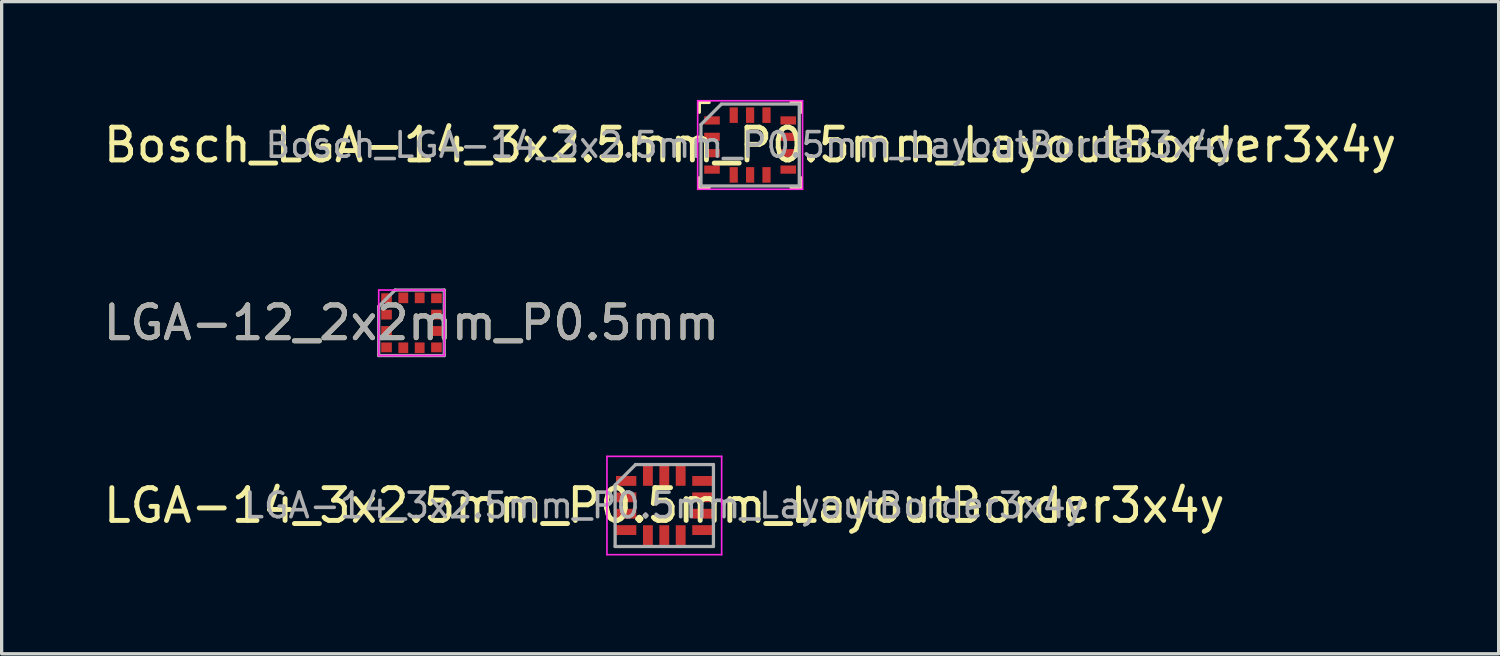
<source format=kicad_pcb>
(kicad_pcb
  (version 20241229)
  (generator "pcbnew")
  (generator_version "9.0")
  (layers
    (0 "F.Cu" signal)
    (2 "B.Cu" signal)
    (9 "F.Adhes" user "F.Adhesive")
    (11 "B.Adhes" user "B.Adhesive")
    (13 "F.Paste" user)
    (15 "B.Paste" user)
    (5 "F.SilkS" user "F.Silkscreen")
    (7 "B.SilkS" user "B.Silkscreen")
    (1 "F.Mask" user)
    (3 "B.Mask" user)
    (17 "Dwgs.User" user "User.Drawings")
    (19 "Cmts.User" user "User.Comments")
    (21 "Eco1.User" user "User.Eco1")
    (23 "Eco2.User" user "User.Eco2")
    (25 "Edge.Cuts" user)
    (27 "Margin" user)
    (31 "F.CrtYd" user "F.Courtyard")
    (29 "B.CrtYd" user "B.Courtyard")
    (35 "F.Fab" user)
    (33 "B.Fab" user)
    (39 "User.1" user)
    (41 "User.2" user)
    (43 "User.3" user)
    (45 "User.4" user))
  (footprint "LGA-12_2x2mm_P0.5mm"
    (layer "F.Cu")
    (at 9.506 6.8)
    (property "Reference" "LGA-12_2x2mm_P0.5mm" (at 0 0 0) (layer "F.SilkS") (effects (font (size 1 1) (thickness 0.15))))
    (attr smd)
    (fp_line (start -1 -1) (end 1 -1) (stroke (width 0.05) (type solid)) (layer "F.CrtYd"))
    (fp_line (start -1 1) (end -1 -1) (stroke (width 0.05) (type solid)) (layer "F.CrtYd"))
    (fp_line (start 1 -1) (end 1 1) (stroke (width 0.05) (type solid)) (layer "F.CrtYd"))
    (fp_line (start 1 1) (end -1 1) (stroke (width 0.05) (type solid)) (layer "F.CrtYd"))
    (fp_line (start -1 -0.5) (end -0.5 -1) (stroke (width 0.1) (type solid)) (layer "F.Fab"))
    (fp_line (start -1 1) (end -1 -0.5) (stroke (width 0.1) (type solid)) (layer "F.Fab"))
    (fp_line (start -0.5 -1) (end 1 -1) (stroke (width 0.1) (type solid)) (layer "F.Fab"))
    (fp_line (start 1 -1) (end 1 1) (stroke (width 0.1) (type solid)) (layer "F.Fab"))
    (fp_line (start 1 1) (end -1 1) (stroke (width 0.1) (type solid)) (layer "F.Fab"))
    (fp_text user "${REFERENCE}" (at 0 0 0) (layer "F.Fab") (effects (font (size 1 1) (thickness 0.15))))
    (pad "1" smd rect (at -0.762 -0.75) (size 0.325 0.3) (layers "F.Cu" "F.Mask" "F.Paste"))
    (pad "2" smd rect (at -0.762 -0.25) (size 0.325 0.3) (layers "F.Cu" "F.Mask" "F.Paste"))
    (pad "3" smd rect (at -0.762 0.25) (size 0.325 0.3) (layers "F.Cu" "F.Mask" "F.Paste"))
    (pad "4" smd rect (at -0.762 0.75) (size 0.325 0.3) (layers "F.Cu" "F.Mask" "F.Paste"))
    (pad "5" smd rect (at -0.25 0.762 90) (size 0.325 0.3) (layers "F.Cu" "F.Mask" "F.Paste"))
    (pad "6" smd rect (at 0.25 0.762 90) (size 0.325 0.3) (layers "F.Cu" "F.Mask" "F.Paste"))
    (pad "7" smd rect (at 0.762 0.75) (size 0.325 0.3) (layers "F.Cu" "F.Mask" "F.Paste"))
    (pad "8" smd rect (at 0.762 0.25) (size 0.325 0.3) (layers "F.Cu" "F.Mask" "F.Paste"))
    (pad "9" smd rect (at 0.762 -0.25) (size 0.325 0.3) (layers "F.Cu" "F.Mask" "F.Paste"))
    (pad "10" smd rect (at 0.762 -0.75) (size 0.325 0.3) (layers "F.Cu" "F.Mask" "F.Paste"))
    (pad "11" smd rect (at 0.25 -0.762 90) (size 0.325 0.3) (layers "F.Cu" "F.Mask" "F.Paste"))
    (pad "12" smd rect (at -0.25 -0.762 90) (size 0.325 0.3) (layers "F.Cu" "F.Mask" "F.Paste")))
  (footprint "Bosch_LGA-14_3x2.5mm_P0.5mm_LayoutBorder3x4y"
    (layer "F.Cu")
    (at 19.839 1.375)
    (property "Reference" "Bosch_LGA-14_3x2.5mm_P0.5mm_LayoutBorder3x4y" (at 0 0 0) (layer "F.SilkS") (effects (font (size 1 1) (thickness 0.15))))
    (attr smd)
    (fp_line (start -1.55 -1.3) (end -1.55 -1) (stroke (width 0.1) (type default)) (layer "F.SilkS"))
    (fp_line (start -1.55 -1.3) (end -1.25 -1.3) (stroke (width 0.1) (type default)) (layer "F.SilkS"))
    (fp_line (start -1.55 1.3) (end -1.55 1) (stroke (width 0.1) (type default)) (layer "F.SilkS"))
    (fp_line (start -1.55 1.3) (end -1.25 1.3) (stroke (width 0.1) (type default)) (layer "F.SilkS"))
    (fp_line (start 1.55 -1.3) (end 1.25 -1.3) (stroke (width 0.1) (type default)) (layer "F.SilkS"))
    (fp_line (start 1.55 -1.3) (end 1.55 -1) (stroke (width 0.1) (type default)) (layer "F.SilkS"))
    (fp_line (start 1.55 1.3) (end 1.25 1.3) (stroke (width 0.1) (type default)) (layer "F.SilkS"))
    (fp_line (start 1.55 1.3) (end 1.55 1) (stroke (width 0.1) (type default)) (layer "F.SilkS"))
    (fp_line (start -1.6 -1.35) (end -1.6 1.35) (stroke (width 0.05) (type solid)) (layer "F.CrtYd"))
    (fp_line (start -1.6 1.35) (end 1.6 1.35) (stroke (width 0.05) (type solid)) (layer "F.CrtYd"))
    (fp_line (start 1.6 -1.35) (end -1.6 -1.35) (stroke (width 0.05) (type solid)) (layer "F.CrtYd"))
    (fp_line (start 1.6 1.35) (end 1.6 -1.35) (stroke (width 0.05) (type solid)) (layer "F.CrtYd"))
    (fp_line (start -1.5 -0.625) (end -0.875 -1.25) (stroke (width 0.1) (type solid)) (layer "F.Fab"))
    (fp_line (start -1.5 1.25) (end -1.5 -0.625) (stroke (width 0.1) (type solid)) (layer "F.Fab"))
    (fp_line (start -0.875 -1.25) (end 1.5 -1.25) (stroke (width 0.1) (type solid)) (layer "F.Fab"))
    (fp_line (start 1.5 -1.25) (end 1.5 1.25) (stroke (width 0.1) (type solid)) (layer "F.Fab"))
    (fp_line (start 1.5 1.25) (end -1.5 1.25) (stroke (width 0.1) (type solid)) (layer "F.Fab"))
    (fp_text user "${REFERENCE}" (at 0 0 0) (layer "F.Fab") (effects (font (size 0.75 0.75) (thickness 0.11))))
    (pad "1" smd rect (at -1.163 -0.75) (size 0.475 0.25) (layers "F.Cu" "F.Mask" "F.Paste"))
    (pad "2" smd rect (at -1.163 -0.25) (size 0.475 0.25) (layers "F.Cu" "F.Mask" "F.Paste"))
    (pad "3" smd rect (at -1.163 0.25) (size 0.475 0.25) (layers "F.Cu" "F.Mask" "F.Paste"))
    (pad "4" smd rect (at -1.163 0.75) (size 0.475 0.25) (layers "F.Cu" "F.Mask" "F.Paste"))
    (pad "5" smd rect (at -0.5 0.912 90) (size 0.475 0.25) (layers "F.Cu" "F.Mask" "F.Paste"))
    (pad "6" smd rect (at 0 0.912 90) (size 0.475 0.25) (layers "F.Cu" "F.Mask" "F.Paste"))
    (pad "7" smd rect (at 0.5 0.912 90) (size 0.475 0.25) (layers "F.Cu" "F.Mask" "F.Paste"))
    (pad "8" smd rect (at 1.163 0.75) (size 0.475 0.25) (layers "F.Cu" "F.Mask" "F.Paste"))
    (pad "9" smd rect (at 1.163 0.25) (size 0.475 0.25) (layers "F.Cu" "F.Mask" "F.Paste"))
    (pad "10" smd rect (at 1.163 -0.25) (size 0.475 0.25) (layers "F.Cu" "F.Mask" "F.Paste"))
    (pad "11" smd rect (at 1.163 -0.75) (size 0.475 0.25) (layers "F.Cu" "F.Mask" "F.Paste"))
    (pad "12" smd rect (at 0.5 -0.912 90) (size 0.475 0.25) (layers "F.Cu" "F.Mask" "F.Paste"))
    (pad "13" smd rect (at 0 -0.912 90) (size 0.475 0.25) (layers "F.Cu" "F.Mask" "F.Paste"))
    (pad "14" smd rect (at -0.5 -0.912 90) (size 0.475 0.25) (layers "F.Cu" "F.Mask" "F.Paste")))
  (footprint "LGA-14_3x2.5mm_P0.5mm_LayoutBorder3x4y"
    (layer "F.Cu")
    (at 17.22 12.375)
    (property "Reference" "LGA-14_3x2.5mm_P0.5mm_LayoutBorder3x4y" (at 0 0 0) (layer "F.SilkS") (effects (font (size 1 1) (thickness 0.15))))
    (attr smd)
    (fp_line (start -1.75 -1.5) (end -1.75 1.5) (stroke (width 0.05) (type solid)) (layer "F.CrtYd"))
    (fp_line (start -1.75 1.5) (end 1.75 1.5) (stroke (width 0.05) (type solid)) (layer "F.CrtYd"))
    (fp_line (start 1.75 -1.5) (end -1.75 -1.5) (stroke (width 0.05) (type solid)) (layer "F.CrtYd"))
    (fp_line (start 1.75 1.5) (end 1.75 -1.5) (stroke (width 0.05) (type solid)) (layer "F.CrtYd"))
    (fp_line (start -1.5 -0.625) (end -0.875 -1.25) (stroke (width 0.1) (type solid)) (layer "F.Fab"))
    (fp_line (start -1.5 1.25) (end -1.5 -0.625) (stroke (width 0.1) (type solid)) (layer "F.Fab"))
    (fp_line (start -0.875 -1.25) (end 1.5 -1.25) (stroke (width 0.1) (type solid)) (layer "F.Fab"))
    (fp_line (start 1.5 -1.25) (end 1.5 1.25) (stroke (width 0.1) (type solid)) (layer "F.Fab"))
    (fp_line (start 1.5 1.25) (end -1.5 1.25) (stroke (width 0.1) (type solid)) (layer "F.Fab"))
    (fp_text user "${REFERENCE}" (at 0 0 0) (layer "F.Fab") (effects (font (size 0.75 0.75) (thickness 0.11))))
    (pad "1" smd rect (at -1.163 -0.75) (size 0.62 0.3) (layers "F.Cu" "F.Mask" "F.Paste"))
    (pad "2" smd rect (at -1.163 -0.25) (size 0.62 0.3) (layers "F.Cu" "F.Mask" "F.Paste"))
    (pad "3" smd rect (at -1.163 0.25) (size 0.62 0.3) (layers "F.Cu" "F.Mask" "F.Paste"))
    (pad "4" smd rect (at -1.163 0.75) (size 0.62 0.3) (layers "F.Cu" "F.Mask" "F.Paste"))
    (pad "5" smd rect (at -0.5 0.912) (size 0.3 0.62) (layers "F.Cu" "F.Mask" "F.Paste"))
    (pad "6" smd rect (at 0 0.912) (size 0.3 0.62) (layers "F.Cu" "F.Mask" "F.Paste"))
    (pad "7" smd rect (at 0.5 0.912) (size 0.3 0.62) (layers "F.Cu" "F.Mask" "F.Paste"))
    (pad "8" smd rect (at 1.163 0.75) (size 0.62 0.3) (layers "F.Cu" "F.Mask" "F.Paste"))
    (pad "9" smd rect (at 1.163 0.25) (size 0.62 0.3) (layers "F.Cu" "F.Mask" "F.Paste"))
    (pad "10" smd rect (at 1.163 -0.25) (size 0.62 0.3) (layers "F.Cu" "F.Mask" "F.Paste"))
    (pad "11" smd rect (at 1.163 -0.75) (size 0.62 0.3) (layers "F.Cu" "F.Mask" "F.Paste"))
    (pad "12" smd rect (at 0.5 -0.912) (size 0.3 0.62) (layers "F.Cu" "F.Mask" "F.Paste"))
    (pad "13" smd rect (at 0 -0.912) (size 0.3 0.62) (layers "F.Cu" "F.Mask" "F.Paste"))
    (pad "14" smd rect (at -0.5 -0.912) (size 0.3 0.62) (layers "F.Cu" "F.Mask" "F.Paste")))
  (gr_rect
    (start -3 -3)
    (end 42.679 16.9)
    (stroke (width 0.1) (type default))
    (fill no)
    (layer "Edge.Cuts")))
</source>
